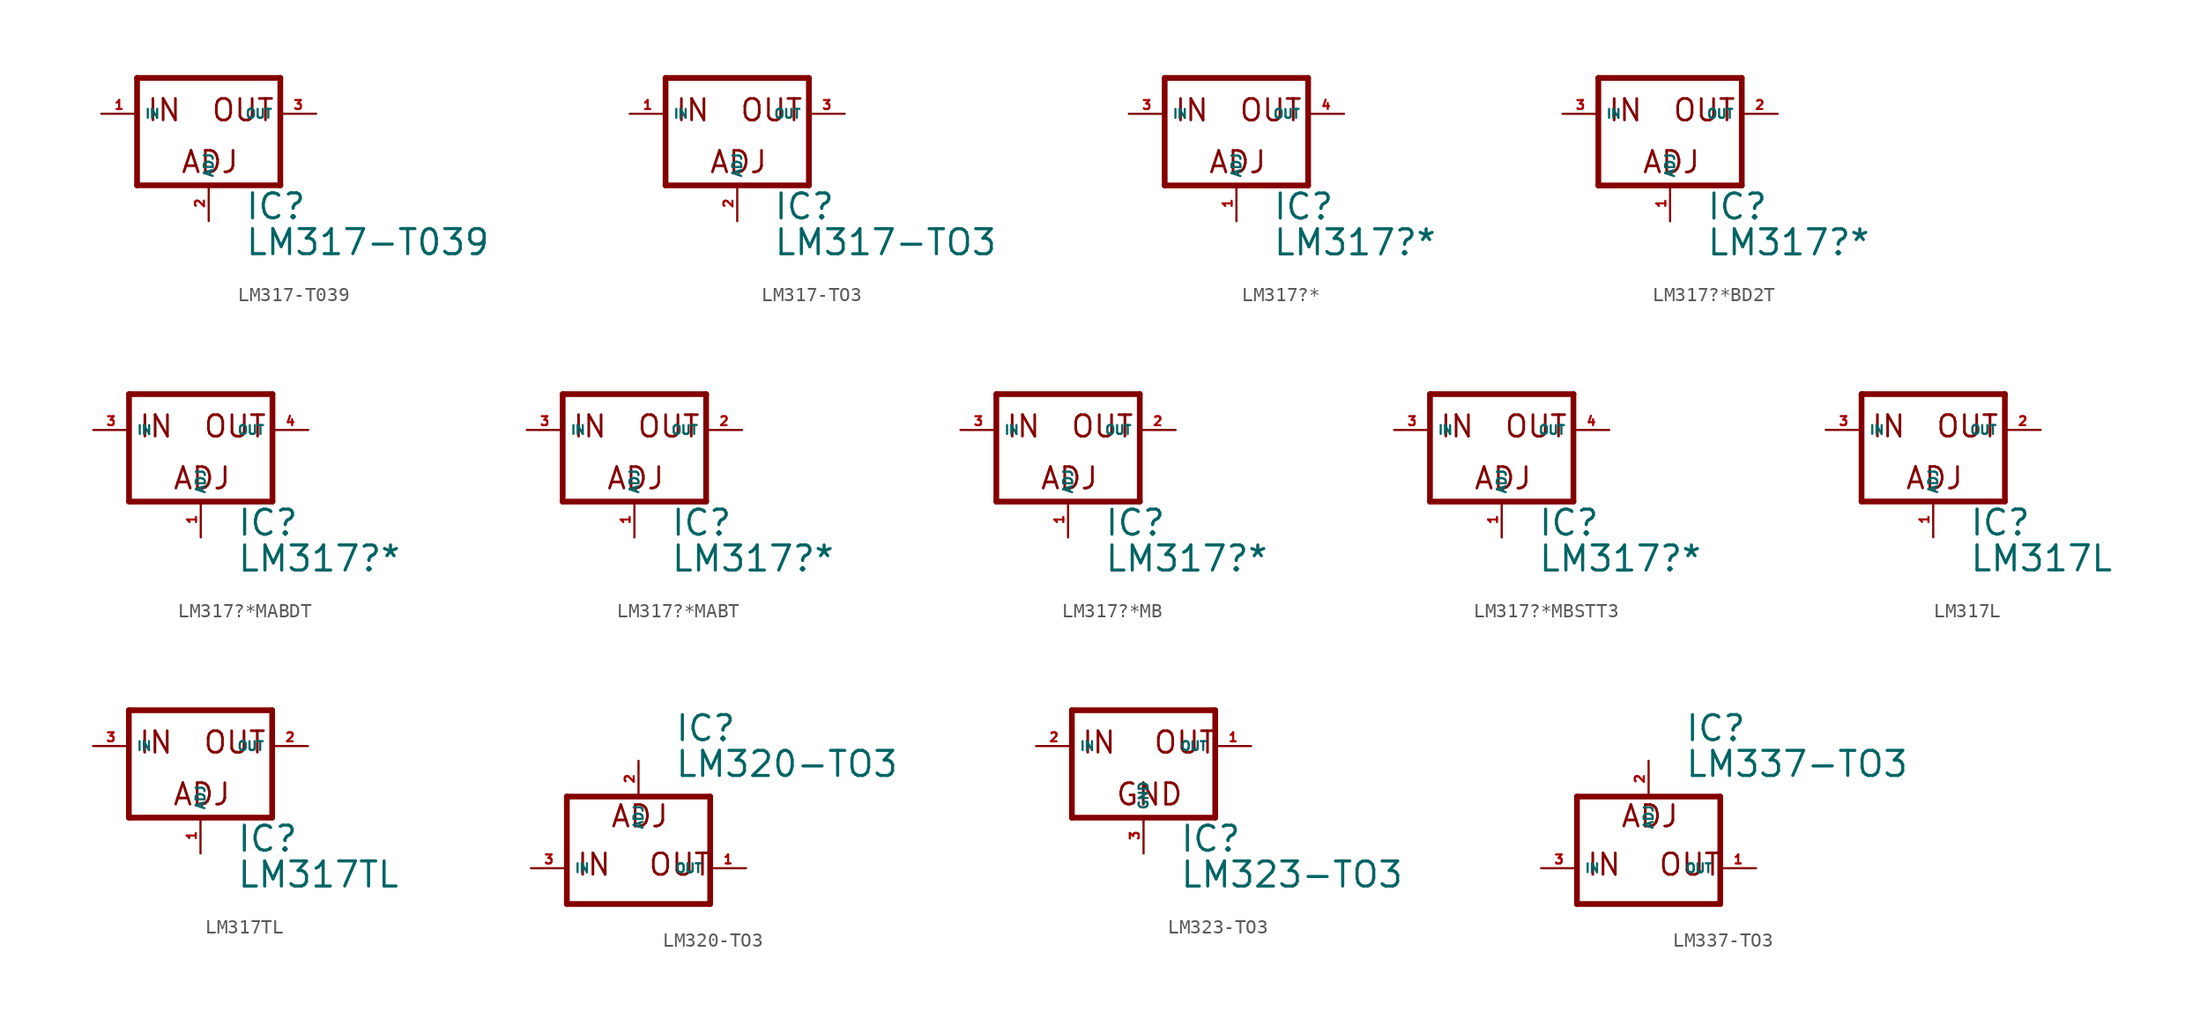
<source format=kicad_sym>
(kicad_symbol_lib
  (version 20220914)
  (generator Eagle2Kicad)
  (symbol "LM317-T039"
    (property "Reference" "IC"
      (at 2.54 -7.62 0)
      (effects (font (size 1.778 1.778) (thickness 0.22)) (justify left bottom)))
    (property "Value" "LM317-T039"
      (at 2.54 -10.16 0)
      (effects (font (size 1.778 1.778) (thickness 0.22)) (justify left bottom)))
    (polyline
      (pts (xy -5.08 -5.08) (xy 5.08 -5.08))
      (stroke (width 0.406) (type default))
      (fill (type none)))
    (polyline
      (pts (xy 5.08 -5.08) (xy 5.08 2.54))
      (stroke (width 0.406) (type default))
      (fill (type none)))
    (polyline
      (pts (xy 5.08 2.54) (xy -5.08 2.54))
      (stroke (width 0.406) (type default))
      (fill (type none)))
    (polyline
      (pts (xy -5.08 2.54) (xy -5.08 -5.08))
      (stroke (width 0.406) (type default))
      (fill (type none)))
    (text "ADJ"
      (at -2.032 -4.318 0)
      (effects (font (size 1.524 1.524) (thickness 0.19)) (justify left bottom)))
    (text "IN"
      (at -4.445 -0.635 0)
      (effects (font (size 1.524 1.524) (thickness 0.19)) (justify left bottom)))
    (text "OUT"
      (at 0.127 -0.635 0)
      (effects (font (size 1.524 1.524) (thickness 0.19)) (justify left bottom)))
    (pin input line
      (at -7.62 0 0)
      (length 2.54)
      (name "IN" (effects (font (size 0.635 0.635) (thickness 0.08)) (justify left bottom)))
      (number "1" (effects (font (size 0.635 0.635) (thickness 0.08)) (justify left bottom))))
    (pin input line
      (at 0 -7.62 90)
      (length 2.54)
      (name "ADJ" (effects (font (size 0.635 0.635) (thickness 0.08)) (justify left bottom)))
      (number "2" (effects (font (size 0.635 0.635) (thickness 0.08)) (justify left bottom))))
    (pin passive line
      (at 7.62 0 180)
      (length 2.54)
      (name "OUT" (effects (font (size 0.635 0.635) (thickness 0.08)) (justify left bottom)))
      (number "3" (effects (font (size 0.635 0.635) (thickness 0.08)) (justify left bottom)))))
  (symbol "LM317-TO3"
    (property "Reference" "IC"
      (at 2.54 -7.62 0)
      (effects (font (size 1.778 1.778) (thickness 0.22)) (justify left bottom)))
    (property "Value" "LM317-TO3"
      (at 2.54 -10.16 0)
      (effects (font (size 1.778 1.778) (thickness 0.22)) (justify left bottom)))
    (polyline
      (pts (xy -5.08 -5.08) (xy 5.08 -5.08))
      (stroke (width 0.406) (type default))
      (fill (type none)))
    (polyline
      (pts (xy 5.08 -5.08) (xy 5.08 2.54))
      (stroke (width 0.406) (type default))
      (fill (type none)))
    (polyline
      (pts (xy 5.08 2.54) (xy -5.08 2.54))
      (stroke (width 0.406) (type default))
      (fill (type none)))
    (polyline
      (pts (xy -5.08 2.54) (xy -5.08 -5.08))
      (stroke (width 0.406) (type default))
      (fill (type none)))
    (text "ADJ"
      (at -2.032 -4.318 0)
      (effects (font (size 1.524 1.524) (thickness 0.19)) (justify left bottom)))
    (text "IN"
      (at -4.445 -0.635 0)
      (effects (font (size 1.524 1.524) (thickness 0.19)) (justify left bottom)))
    (text "OUT"
      (at 0.127 -0.635 0)
      (effects (font (size 1.524 1.524) (thickness 0.19)) (justify left bottom)))
    (pin input line
      (at -7.62 0 0)
      (length 2.54)
      (name "IN" (effects (font (size 0.635 0.635) (thickness 0.08)) (justify left bottom)))
      (number "1" (effects (font (size 0.635 0.635) (thickness 0.08)) (justify left bottom))))
    (pin input line
      (at 0 -7.62 90)
      (length 2.54)
      (name "ADJ" (effects (font (size 0.635 0.635) (thickness 0.08)) (justify left bottom)))
      (number "2" (effects (font (size 0.635 0.635) (thickness 0.08)) (justify left bottom))))
    (pin passive line
      (at 7.62 0 180)
      (length 2.54)
      (name "OUT" (effects (font (size 0.635 0.635) (thickness 0.08)) (justify left bottom)))
      (number "3" (effects (font (size 0.635 0.635) (thickness 0.08)) (justify left bottom)))))
  (symbol "LM317?*"
    (property "Reference" "IC"
      (at 2.54 -7.62 0)
      (effects (font (size 1.778 1.778) (thickness 0.22)) (justify left bottom)))
    (property "Value" "LM317?*"
      (at 2.54 -10.16 0)
      (effects (font (size 1.778 1.778) (thickness 0.22)) (justify left bottom)))
    (polyline
      (pts (xy -5.08 -5.08) (xy 5.08 -5.08))
      (stroke (width 0.406) (type default))
      (fill (type none)))
    (polyline
      (pts (xy 5.08 -5.08) (xy 5.08 2.54))
      (stroke (width 0.406) (type default))
      (fill (type none)))
    (polyline
      (pts (xy 5.08 2.54) (xy -5.08 2.54))
      (stroke (width 0.406) (type default))
      (fill (type none)))
    (polyline
      (pts (xy -5.08 2.54) (xy -5.08 -5.08))
      (stroke (width 0.406) (type default))
      (fill (type none)))
    (text "ADJ"
      (at -2.032 -4.318 0)
      (effects (font (size 1.524 1.524) (thickness 0.19)) (justify left bottom)))
    (text "IN"
      (at -4.445 -0.635 0)
      (effects (font (size 1.524 1.524) (thickness 0.19)) (justify left bottom)))
    (text "OUT"
      (at 0.127 -0.635 0)
      (effects (font (size 1.524 1.524) (thickness 0.19)) (justify left bottom)))
    (pin input line
      (at -7.62 0 0)
      (length 2.54)
      (name "IN" (effects (font (size 0.635 0.635) (thickness 0.08)) (justify left bottom)))
      (number "3" (effects (font (size 0.635 0.635) (thickness 0.08)) (justify left bottom))))
    (pin input line
      (at 0 -7.62 90)
      (length 2.54)
      (name "ADJ" (effects (font (size 0.635 0.635) (thickness 0.08)) (justify left bottom)))
      (number "1" (effects (font (size 0.635 0.635) (thickness 0.08)) (justify left bottom))))
    (pin passive line
      (at 7.62 0 180)
      (length 2.54)
      (name "OUT" (effects (font (size 0.635 0.635) (thickness 0.08)) (justify left bottom)))
      (number "4" (effects (font (size 0.635 0.635) (thickness 0.08)) (justify left bottom)))))
  (symbol "LM317?*BD2T"
    (property "Reference" "IC"
      (at 2.54 -7.62 0)
      (effects (font (size 1.778 1.778) (thickness 0.22)) (justify left bottom)))
    (property "Value" "LM317?*"
      (at 2.54 -10.16 0)
      (effects (font (size 1.778 1.778) (thickness 0.22)) (justify left bottom)))
    (polyline
      (pts (xy -5.08 -5.08) (xy 5.08 -5.08))
      (stroke (width 0.406) (type default))
      (fill (type none)))
    (polyline
      (pts (xy 5.08 -5.08) (xy 5.08 2.54))
      (stroke (width 0.406) (type default))
      (fill (type none)))
    (polyline
      (pts (xy 5.08 2.54) (xy -5.08 2.54))
      (stroke (width 0.406) (type default))
      (fill (type none)))
    (polyline
      (pts (xy -5.08 2.54) (xy -5.08 -5.08))
      (stroke (width 0.406) (type default))
      (fill (type none)))
    (text "ADJ"
      (at -2.032 -4.318 0)
      (effects (font (size 1.524 1.524) (thickness 0.19)) (justify left bottom)))
    (text "IN"
      (at -4.445 -0.635 0)
      (effects (font (size 1.524 1.524) (thickness 0.19)) (justify left bottom)))
    (text "OUT"
      (at 0.127 -0.635 0)
      (effects (font (size 1.524 1.524) (thickness 0.19)) (justify left bottom)))
    (pin input line
      (at -7.62 0 0)
      (length 2.54)
      (name "IN" (effects (font (size 0.635 0.635) (thickness 0.08)) (justify left bottom)))
      (number "3" (effects (font (size 0.635 0.635) (thickness 0.08)) (justify left bottom))))
    (pin input line
      (at 0 -7.62 90)
      (length 2.54)
      (name "ADJ" (effects (font (size 0.635 0.635) (thickness 0.08)) (justify left bottom)))
      (number "1" (effects (font (size 0.635 0.635) (thickness 0.08)) (justify left bottom))))
    (pin passive line
      (at 7.62 0 180)
      (length 2.54)
      (name "OUT" (effects (font (size 0.635 0.635) (thickness 0.08)) (justify left bottom)))
      (number "2" (effects (font (size 0.635 0.635) (thickness 0.08)) (justify left bottom)))))
  (symbol "LM317?*MABDT"
    (property "Reference" "IC"
      (at 2.54 -7.62 0)
      (effects (font (size 1.778 1.778) (thickness 0.22)) (justify left bottom)))
    (property "Value" "LM317?*"
      (at 2.54 -10.16 0)
      (effects (font (size 1.778 1.778) (thickness 0.22)) (justify left bottom)))
    (polyline
      (pts (xy -5.08 -5.08) (xy 5.08 -5.08))
      (stroke (width 0.406) (type default))
      (fill (type none)))
    (polyline
      (pts (xy 5.08 -5.08) (xy 5.08 2.54))
      (stroke (width 0.406) (type default))
      (fill (type none)))
    (polyline
      (pts (xy 5.08 2.54) (xy -5.08 2.54))
      (stroke (width 0.406) (type default))
      (fill (type none)))
    (polyline
      (pts (xy -5.08 2.54) (xy -5.08 -5.08))
      (stroke (width 0.406) (type default))
      (fill (type none)))
    (text "ADJ"
      (at -2.032 -4.318 0)
      (effects (font (size 1.524 1.524) (thickness 0.19)) (justify left bottom)))
    (text "IN"
      (at -4.445 -0.635 0)
      (effects (font (size 1.524 1.524) (thickness 0.19)) (justify left bottom)))
    (text "OUT"
      (at 0.127 -0.635 0)
      (effects (font (size 1.524 1.524) (thickness 0.19)) (justify left bottom)))
    (pin input line
      (at -7.62 0 0)
      (length 2.54)
      (name "IN" (effects (font (size 0.635 0.635) (thickness 0.08)) (justify left bottom)))
      (number "3" (effects (font (size 0.635 0.635) (thickness 0.08)) (justify left bottom))))
    (pin input line
      (at 0 -7.62 90)
      (length 2.54)
      (name "ADJ" (effects (font (size 0.635 0.635) (thickness 0.08)) (justify left bottom)))
      (number "1" (effects (font (size 0.635 0.635) (thickness 0.08)) (justify left bottom))))
    (pin passive line
      (at 7.62 0 180)
      (length 2.54)
      (name "OUT" (effects (font (size 0.635 0.635) (thickness 0.08)) (justify left bottom)))
      (number "4" (effects (font (size 0.635 0.635) (thickness 0.08)) (justify left bottom)))))
  (symbol "LM317?*MABT"
    (property "Reference" "IC"
      (at 2.54 -7.62 0)
      (effects (font (size 1.778 1.778) (thickness 0.22)) (justify left bottom)))
    (property "Value" "LM317?*"
      (at 2.54 -10.16 0)
      (effects (font (size 1.778 1.778) (thickness 0.22)) (justify left bottom)))
    (polyline
      (pts (xy -5.08 -5.08) (xy 5.08 -5.08))
      (stroke (width 0.406) (type default))
      (fill (type none)))
    (polyline
      (pts (xy 5.08 -5.08) (xy 5.08 2.54))
      (stroke (width 0.406) (type default))
      (fill (type none)))
    (polyline
      (pts (xy 5.08 2.54) (xy -5.08 2.54))
      (stroke (width 0.406) (type default))
      (fill (type none)))
    (polyline
      (pts (xy -5.08 2.54) (xy -5.08 -5.08))
      (stroke (width 0.406) (type default))
      (fill (type none)))
    (text "ADJ"
      (at -2.032 -4.318 0)
      (effects (font (size 1.524 1.524) (thickness 0.19)) (justify left bottom)))
    (text "IN"
      (at -4.445 -0.635 0)
      (effects (font (size 1.524 1.524) (thickness 0.19)) (justify left bottom)))
    (text "OUT"
      (at 0.127 -0.635 0)
      (effects (font (size 1.524 1.524) (thickness 0.19)) (justify left bottom)))
    (pin input line
      (at -7.62 0 0)
      (length 2.54)
      (name "IN" (effects (font (size 0.635 0.635) (thickness 0.08)) (justify left bottom)))
      (number "3" (effects (font (size 0.635 0.635) (thickness 0.08)) (justify left bottom))))
    (pin input line
      (at 0 -7.62 90)
      (length 2.54)
      (name "ADJ" (effects (font (size 0.635 0.635) (thickness 0.08)) (justify left bottom)))
      (number "1" (effects (font (size 0.635 0.635) (thickness 0.08)) (justify left bottom))))
    (pin passive line
      (at 7.62 0 180)
      (length 2.54)
      (name "OUT" (effects (font (size 0.635 0.635) (thickness 0.08)) (justify left bottom)))
      (number "2" (effects (font (size 0.635 0.635) (thickness 0.08)) (justify left bottom)))))
  (symbol "LM317?*MB"
    (property "Reference" "IC"
      (at 2.54 -7.62 0)
      (effects (font (size 1.778 1.778) (thickness 0.22)) (justify left bottom)))
    (property "Value" "LM317?*"
      (at 2.54 -10.16 0)
      (effects (font (size 1.778 1.778) (thickness 0.22)) (justify left bottom)))
    (polyline
      (pts (xy -5.08 -5.08) (xy 5.08 -5.08))
      (stroke (width 0.406) (type default))
      (fill (type none)))
    (polyline
      (pts (xy 5.08 -5.08) (xy 5.08 2.54))
      (stroke (width 0.406) (type default))
      (fill (type none)))
    (polyline
      (pts (xy 5.08 2.54) (xy -5.08 2.54))
      (stroke (width 0.406) (type default))
      (fill (type none)))
    (polyline
      (pts (xy -5.08 2.54) (xy -5.08 -5.08))
      (stroke (width 0.406) (type default))
      (fill (type none)))
    (text "ADJ"
      (at -2.032 -4.318 0)
      (effects (font (size 1.524 1.524) (thickness 0.19)) (justify left bottom)))
    (text "IN"
      (at -4.445 -0.635 0)
      (effects (font (size 1.524 1.524) (thickness 0.19)) (justify left bottom)))
    (text "OUT"
      (at 0.127 -0.635 0)
      (effects (font (size 1.524 1.524) (thickness 0.19)) (justify left bottom)))
    (pin input line
      (at -7.62 0 0)
      (length 2.54)
      (name "IN" (effects (font (size 0.635 0.635) (thickness 0.08)) (justify left bottom)))
      (number "3" (effects (font (size 0.635 0.635) (thickness 0.08)) (justify left bottom))))
    (pin input line
      (at 0 -7.62 90)
      (length 2.54)
      (name "ADJ" (effects (font (size 0.635 0.635) (thickness 0.08)) (justify left bottom)))
      (number "1" (effects (font (size 0.635 0.635) (thickness 0.08)) (justify left bottom))))
    (pin passive line
      (at 7.62 0 180)
      (length 2.54)
      (name "OUT" (effects (font (size 0.635 0.635) (thickness 0.08)) (justify left bottom)))
      (number "2" (effects (font (size 0.635 0.635) (thickness 0.08)) (justify left bottom)))))
  (symbol "LM317?*MBSTT3"
    (property "Reference" "IC"
      (at 2.54 -7.62 0)
      (effects (font (size 1.778 1.778) (thickness 0.22)) (justify left bottom)))
    (property "Value" "LM317?*"
      (at 2.54 -10.16 0)
      (effects (font (size 1.778 1.778) (thickness 0.22)) (justify left bottom)))
    (polyline
      (pts (xy -5.08 -5.08) (xy 5.08 -5.08))
      (stroke (width 0.406) (type default))
      (fill (type none)))
    (polyline
      (pts (xy 5.08 -5.08) (xy 5.08 2.54))
      (stroke (width 0.406) (type default))
      (fill (type none)))
    (polyline
      (pts (xy 5.08 2.54) (xy -5.08 2.54))
      (stroke (width 0.406) (type default))
      (fill (type none)))
    (polyline
      (pts (xy -5.08 2.54) (xy -5.08 -5.08))
      (stroke (width 0.406) (type default))
      (fill (type none)))
    (text "ADJ"
      (at -2.032 -4.318 0)
      (effects (font (size 1.524 1.524) (thickness 0.19)) (justify left bottom)))
    (text "IN"
      (at -4.445 -0.635 0)
      (effects (font (size 1.524 1.524) (thickness 0.19)) (justify left bottom)))
    (text "OUT"
      (at 0.127 -0.635 0)
      (effects (font (size 1.524 1.524) (thickness 0.19)) (justify left bottom)))
    (pin input line
      (at -7.62 0 0)
      (length 2.54)
      (name "IN" (effects (font (size 0.635 0.635) (thickness 0.08)) (justify left bottom)))
      (number "3" (effects (font (size 0.635 0.635) (thickness 0.08)) (justify left bottom))))
    (pin input line
      (at 0 -7.62 90)
      (length 2.54)
      (name "ADJ" (effects (font (size 0.635 0.635) (thickness 0.08)) (justify left bottom)))
      (number "1" (effects (font (size 0.635 0.635) (thickness 0.08)) (justify left bottom))))
    (pin passive line
      (at 7.62 0 180)
      (length 2.54)
      (name "OUT" (effects (font (size 0.635 0.635) (thickness 0.08)) (justify left bottom)))
      (number "4" (effects (font (size 0.635 0.635) (thickness 0.08)) (justify left bottom)))))
  (symbol "LM317L"
    (property "Reference" "IC"
      (at 2.54 -7.62 0)
      (effects (font (size 1.778 1.778) (thickness 0.22)) (justify left bottom)))
    (property "Value" "LM317L"
      (at 2.54 -10.16 0)
      (effects (font (size 1.778 1.778) (thickness 0.22)) (justify left bottom)))
    (polyline
      (pts (xy -5.08 -5.08) (xy 5.08 -5.08))
      (stroke (width 0.406) (type default))
      (fill (type none)))
    (polyline
      (pts (xy 5.08 -5.08) (xy 5.08 2.54))
      (stroke (width 0.406) (type default))
      (fill (type none)))
    (polyline
      (pts (xy 5.08 2.54) (xy -5.08 2.54))
      (stroke (width 0.406) (type default))
      (fill (type none)))
    (polyline
      (pts (xy -5.08 2.54) (xy -5.08 -5.08))
      (stroke (width 0.406) (type default))
      (fill (type none)))
    (text "ADJ"
      (at -2.032 -4.318 0)
      (effects (font (size 1.524 1.524) (thickness 0.19)) (justify left bottom)))
    (text "IN"
      (at -4.445 -0.635 0)
      (effects (font (size 1.524 1.524) (thickness 0.19)) (justify left bottom)))
    (text "OUT"
      (at 0.127 -0.635 0)
      (effects (font (size 1.524 1.524) (thickness 0.19)) (justify left bottom)))
    (pin input line
      (at -7.62 0 0)
      (length 2.54)
      (name "IN" (effects (font (size 0.635 0.635) (thickness 0.08)) (justify left bottom)))
      (number "3" (effects (font (size 0.635 0.635) (thickness 0.08)) (justify left bottom))))
    (pin input line
      (at 0 -7.62 90)
      (length 2.54)
      (name "ADJ" (effects (font (size 0.635 0.635) (thickness 0.08)) (justify left bottom)))
      (number "1" (effects (font (size 0.635 0.635) (thickness 0.08)) (justify left bottom))))
    (pin passive line
      (at 7.62 0 180)
      (length 2.54)
      (name "OUT" (effects (font (size 0.635 0.635) (thickness 0.08)) (justify left bottom)))
      (number "2" (effects (font (size 0.635 0.635) (thickness 0.08)) (justify left bottom)))))
  (symbol "LM317TL"
    (property "Reference" "IC"
      (at 2.54 -7.62 0)
      (effects (font (size 1.778 1.778) (thickness 0.22)) (justify left bottom)))
    (property "Value" "LM317TL"
      (at 2.54 -10.16 0)
      (effects (font (size 1.778 1.778) (thickness 0.22)) (justify left bottom)))
    (polyline
      (pts (xy -5.08 -5.08) (xy 5.08 -5.08))
      (stroke (width 0.406) (type default))
      (fill (type none)))
    (polyline
      (pts (xy 5.08 -5.08) (xy 5.08 2.54))
      (stroke (width 0.406) (type default))
      (fill (type none)))
    (polyline
      (pts (xy 5.08 2.54) (xy -5.08 2.54))
      (stroke (width 0.406) (type default))
      (fill (type none)))
    (polyline
      (pts (xy -5.08 2.54) (xy -5.08 -5.08))
      (stroke (width 0.406) (type default))
      (fill (type none)))
    (text "ADJ"
      (at -2.032 -4.318 0)
      (effects (font (size 1.524 1.524) (thickness 0.19)) (justify left bottom)))
    (text "IN"
      (at -4.445 -0.635 0)
      (effects (font (size 1.524 1.524) (thickness 0.19)) (justify left bottom)))
    (text "OUT"
      (at 0.127 -0.635 0)
      (effects (font (size 1.524 1.524) (thickness 0.19)) (justify left bottom)))
    (pin input line
      (at -7.62 0 0)
      (length 2.54)
      (name "IN" (effects (font (size 0.635 0.635) (thickness 0.08)) (justify left bottom)))
      (number "3" (effects (font (size 0.635 0.635) (thickness 0.08)) (justify left bottom))))
    (pin input line
      (at 0 -7.62 90)
      (length 2.54)
      (name "ADJ" (effects (font (size 0.635 0.635) (thickness 0.08)) (justify left bottom)))
      (number "1" (effects (font (size 0.635 0.635) (thickness 0.08)) (justify left bottom))))
    (pin passive line
      (at 7.62 0 180)
      (length 2.54)
      (name "OUT" (effects (font (size 0.635 0.635) (thickness 0.08)) (justify left bottom)))
      (number "2" (effects (font (size 0.635 0.635) (thickness 0.08)) (justify left bottom)))))
  (symbol "LM320-TO3"
    (property "Reference" "IC"
      (at 2.54 8.89 0)
      (effects (font (size 1.778 1.778) (thickness 0.22)) (justify left bottom)))
    (property "Value" "LM320-TO3"
      (at 2.54 6.35 0)
      (effects (font (size 1.778 1.778) (thickness 0.22)) (justify left bottom)))
    (polyline
      (pts (xy -5.08 -2.54) (xy 5.08 -2.54))
      (stroke (width 0.406) (type default))
      (fill (type none)))
    (polyline
      (pts (xy 5.08 -2.54) (xy 5.08 5.08))
      (stroke (width 0.406) (type default))
      (fill (type none)))
    (polyline
      (pts (xy 5.08 5.08) (xy -5.08 5.08))
      (stroke (width 0.406) (type default))
      (fill (type none)))
    (polyline
      (pts (xy -5.08 5.08) (xy -5.08 -2.54))
      (stroke (width 0.406) (type default))
      (fill (type none)))
    (text "ADJ"
      (at -2.032 2.794 0)
      (effects (font (size 1.524 1.524) (thickness 0.19)) (justify left bottom)))
    (text "IN"
      (at -4.445 -0.635 0)
      (effects (font (size 1.524 1.524) (thickness 0.19)) (justify left bottom)))
    (text "OUT"
      (at 0.635 -0.635 0)
      (effects (font (size 1.524 1.524) (thickness 0.19)) (justify left bottom)))
    (pin input line
      (at -7.62 0 0)
      (length 2.54)
      (name "IN" (effects (font (size 0.635 0.635) (thickness 0.08)) (justify left bottom)))
      (number "3" (effects (font (size 0.635 0.635) (thickness 0.08)) (justify left bottom))))
    (pin input line
      (at 0 7.62 270)
      (length 2.54)
      (name "ADJ" (effects (font (size 0.635 0.635) (thickness 0.08)) (justify left bottom)))
      (number "2" (effects (font (size 0.635 0.635) (thickness 0.08)) (justify left bottom))))
    (pin passive line
      (at 7.62 0 180)
      (length 2.54)
      (name "OUT" (effects (font (size 0.635 0.635) (thickness 0.08)) (justify left bottom)))
      (number "1" (effects (font (size 0.635 0.635) (thickness 0.08)) (justify left bottom)))))
  (symbol "LM323-TO3"
    (property "Reference" "IC"
      (at 2.54 -7.62 0)
      (effects (font (size 1.778 1.778) (thickness 0.22)) (justify left bottom)))
    (property "Value" "LM323-TO3"
      (at 2.54 -10.16 0)
      (effects (font (size 1.778 1.778) (thickness 0.22)) (justify left bottom)))
    (polyline
      (pts (xy -5.08 -5.08) (xy 5.08 -5.08))
      (stroke (width 0.406) (type default))
      (fill (type none)))
    (polyline
      (pts (xy 5.08 -5.08) (xy 5.08 2.54))
      (stroke (width 0.406) (type default))
      (fill (type none)))
    (polyline
      (pts (xy 5.08 2.54) (xy -5.08 2.54))
      (stroke (width 0.406) (type default))
      (fill (type none)))
    (polyline
      (pts (xy -5.08 2.54) (xy -5.08 -5.08))
      (stroke (width 0.406) (type default))
      (fill (type none)))
    (text "GND"
      (at -2.032 -4.318 0)
      (effects (font (size 1.524 1.524) (thickness 0.19)) (justify left bottom)))
    (text "IN"
      (at -4.445 -0.635 0)
      (effects (font (size 1.524 1.524) (thickness 0.19)) (justify left bottom)))
    (text "OUT"
      (at 0.635 -0.635 0)
      (effects (font (size 1.524 1.524) (thickness 0.19)) (justify left bottom)))
    (pin input line
      (at -7.62 0 0)
      (length 2.54)
      (name "IN" (effects (font (size 0.635 0.635) (thickness 0.08)) (justify left bottom)))
      (number "2" (effects (font (size 0.635 0.635) (thickness 0.08)) (justify left bottom))))
    (pin input line
      (at 0 -7.62 90)
      (length 2.54)
      (name "GND" (effects (font (size 0.635 0.635) (thickness 0.08)) (justify left bottom)))
      (number "3" (effects (font (size 0.635 0.635) (thickness 0.08)) (justify left bottom))))
    (pin passive line
      (at 7.62 0 180)
      (length 2.54)
      (name "OUT" (effects (font (size 0.635 0.635) (thickness 0.08)) (justify left bottom)))
      (number "1" (effects (font (size 0.635 0.635) (thickness 0.08)) (justify left bottom)))))
  (symbol "LM337-TO3"
    (property "Reference" "IC"
      (at 2.54 8.89 0)
      (effects (font (size 1.778 1.778) (thickness 0.22)) (justify left bottom)))
    (property "Value" "LM337-TO3"
      (at 2.54 6.35 0)
      (effects (font (size 1.778 1.778) (thickness 0.22)) (justify left bottom)))
    (polyline
      (pts (xy -5.08 -2.54) (xy 5.08 -2.54))
      (stroke (width 0.406) (type default))
      (fill (type none)))
    (polyline
      (pts (xy 5.08 -2.54) (xy 5.08 5.08))
      (stroke (width 0.406) (type default))
      (fill (type none)))
    (polyline
      (pts (xy 5.08 5.08) (xy -5.08 5.08))
      (stroke (width 0.406) (type default))
      (fill (type none)))
    (polyline
      (pts (xy -5.08 5.08) (xy -5.08 -2.54))
      (stroke (width 0.406) (type default))
      (fill (type none)))
    (text "ADJ"
      (at -2.032 2.794 0)
      (effects (font (size 1.524 1.524) (thickness 0.19)) (justify left bottom)))
    (text "IN"
      (at -4.445 -0.635 0)
      (effects (font (size 1.524 1.524) (thickness 0.19)) (justify left bottom)))
    (text "OUT"
      (at 0.635 -0.635 0)
      (effects (font (size 1.524 1.524) (thickness 0.19)) (justify left bottom)))
    (pin input line
      (at -7.62 0 0)
      (length 2.54)
      (name "IN" (effects (font (size 0.635 0.635) (thickness 0.08)) (justify left bottom)))
      (number "3" (effects (font (size 0.635 0.635) (thickness 0.08)) (justify left bottom))))
    (pin input line
      (at 0 7.62 270)
      (length 2.54)
      (name "ADJ" (effects (font (size 0.635 0.635) (thickness 0.08)) (justify left bottom)))
      (number "2" (effects (font (size 0.635 0.635) (thickness 0.08)) (justify left bottom))))
    (pin passive line
      (at 7.62 0 180)
      (length 2.54)
      (name "OUT" (effects (font (size 0.635 0.635) (thickness 0.08)) (justify left bottom)))
      (number "1" (effects (font (size 0.635 0.635) (thickness 0.08)) (justify left bottom))))))
</source>
